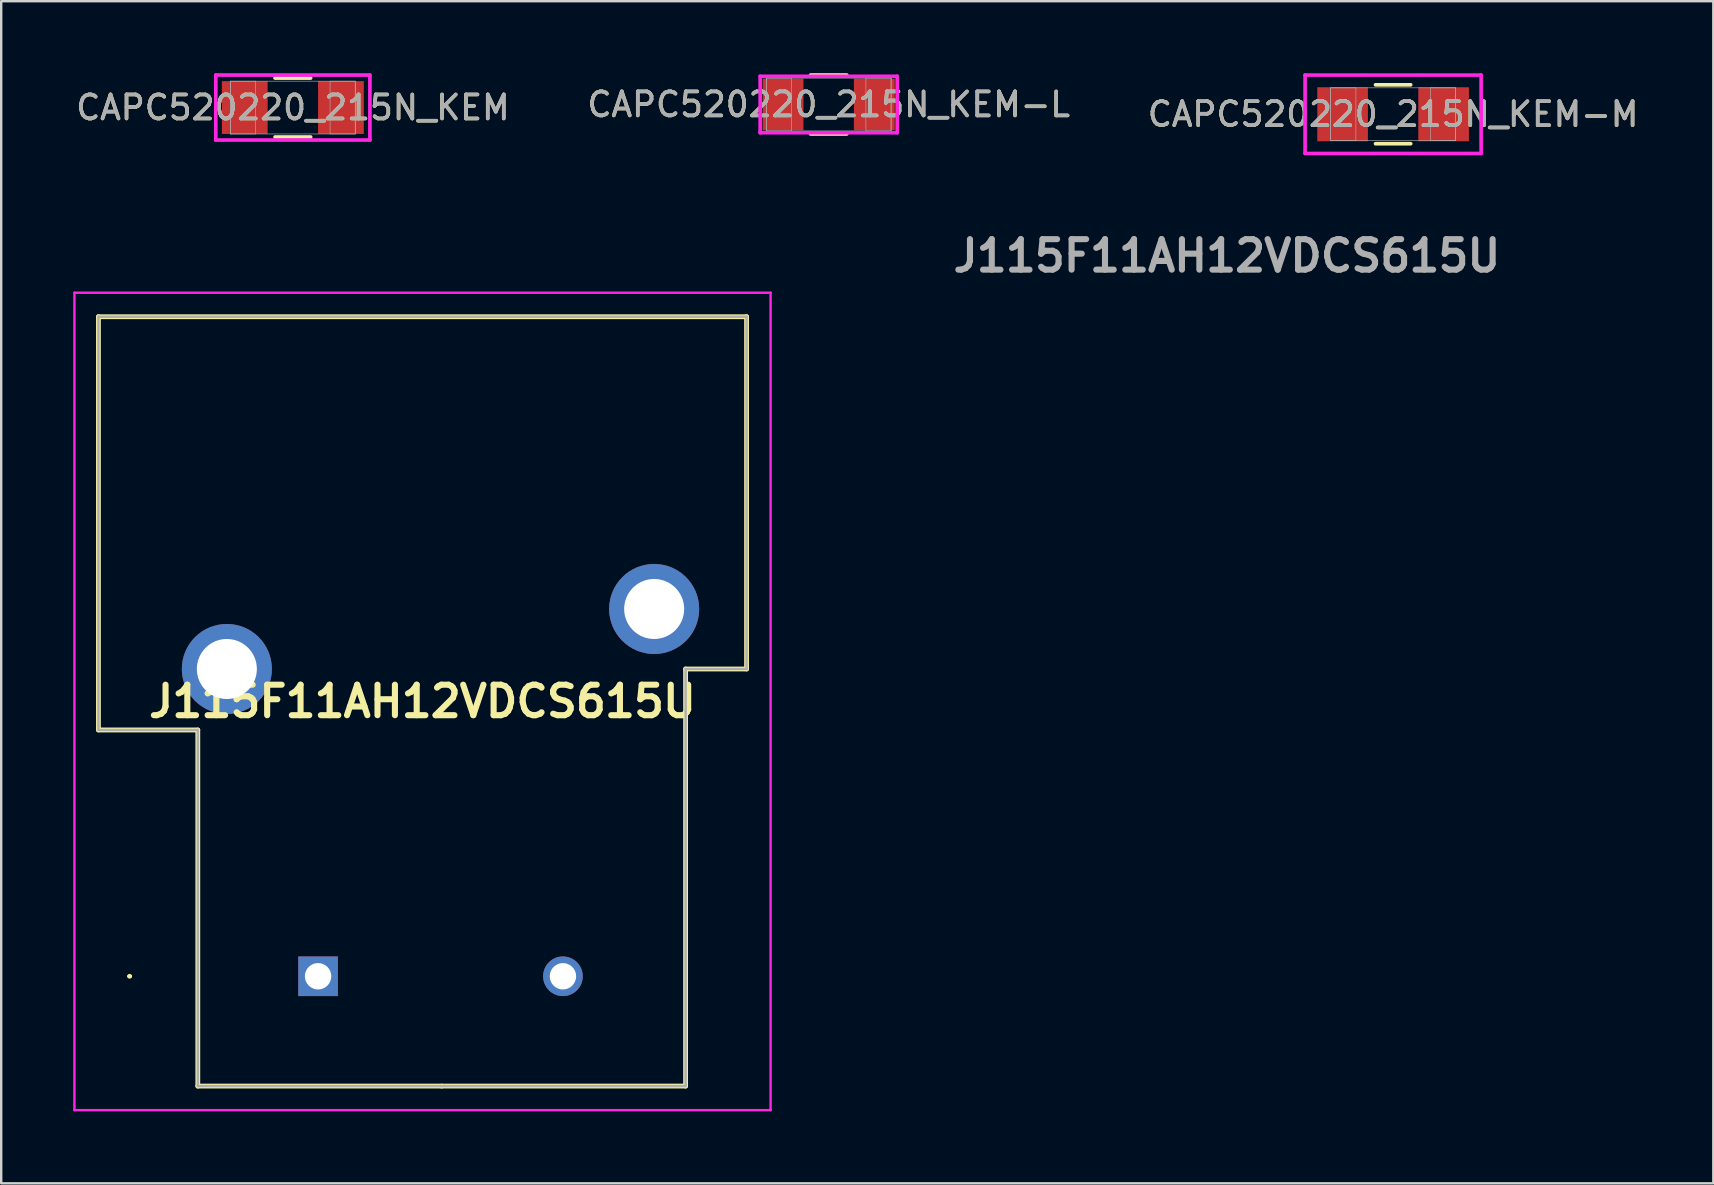
<source format=kicad_pcb>
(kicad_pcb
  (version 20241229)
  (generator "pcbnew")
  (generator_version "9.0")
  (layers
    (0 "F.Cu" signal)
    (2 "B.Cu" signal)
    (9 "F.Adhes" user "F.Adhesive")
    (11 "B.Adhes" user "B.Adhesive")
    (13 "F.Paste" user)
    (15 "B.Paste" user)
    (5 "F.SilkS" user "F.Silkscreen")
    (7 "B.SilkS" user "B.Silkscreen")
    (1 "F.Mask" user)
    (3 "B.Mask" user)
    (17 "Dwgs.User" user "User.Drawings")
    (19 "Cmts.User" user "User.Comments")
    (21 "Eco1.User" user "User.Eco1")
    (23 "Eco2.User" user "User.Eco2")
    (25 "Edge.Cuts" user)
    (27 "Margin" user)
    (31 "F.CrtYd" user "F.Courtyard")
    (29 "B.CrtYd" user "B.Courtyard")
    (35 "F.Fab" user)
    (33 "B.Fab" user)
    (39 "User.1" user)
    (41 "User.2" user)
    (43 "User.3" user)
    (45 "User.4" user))
  (footprint "CAPC520220_215N_KEM"
    (layer "F.Cu")
    (at 9.149 1.43)
    (property "Reference" "CAPC520220_215N_KEM" (at 0 0 0) (unlocked yes) (layer "F.SilkS") (effects (font (size 1 1) (thickness 0.15))))
    (attr smd)
    (fp_line (start -0.742 1.227) (end 0.742 1.227) (stroke (width 0.152) (type solid)) (layer "F.SilkS"))
    (fp_line (start 0.742 -1.227) (end -0.742 -1.227) (stroke (width 0.152) (type solid)) (layer "F.SilkS"))
    (fp_line (start -3.21 -1.354) (end 3.21 -1.354) (stroke (width 0.152) (type solid)) (layer "F.CrtYd"))
    (fp_line (start -3.21 1.354) (end -3.21 -1.354) (stroke (width 0.152) (type solid)) (layer "F.CrtYd"))
    (fp_line (start 3.21 -1.354) (end 3.21 1.354) (stroke (width 0.152) (type solid)) (layer "F.CrtYd"))
    (fp_line (start 3.21 1.354) (end -3.21 1.354) (stroke (width 0.152) (type solid)) (layer "F.CrtYd"))
    (fp_line (start -2.6 -1.1) (end -2.6 1.1) (stroke (width 0.025) (type solid)) (layer "F.Fab"))
    (fp_line (start -2.6 -1.1) (end -2.6 1.1) (stroke (width 0.025) (type solid)) (layer "F.Fab"))
    (fp_line (start -2.6 1.1) (end -1.55 1.1) (stroke (width 0.025) (type solid)) (layer "F.Fab"))
    (fp_line (start -2.6 1.1) (end 2.6 1.1) (stroke (width 0.025) (type solid)) (layer "F.Fab"))
    (fp_line (start -1.55 -1.1) (end -2.6 -1.1) (stroke (width 0.025) (type solid)) (layer "F.Fab"))
    (fp_line (start -1.55 1.1) (end -1.55 -1.1) (stroke (width 0.025) (type solid)) (layer "F.Fab"))
    (fp_line (start 1.55 -1.1) (end 1.55 1.1) (stroke (width 0.025) (type solid)) (layer "F.Fab"))
    (fp_line (start 1.55 1.1) (end 2.6 1.1) (stroke (width 0.025) (type solid)) (layer "F.Fab"))
    (fp_line (start 2.6 -1.1) (end -2.6 -1.1) (stroke (width 0.025) (type solid)) (layer "F.Fab"))
    (fp_line (start 2.6 -1.1) (end 1.55 -1.1) (stroke (width 0.025) (type solid)) (layer "F.Fab"))
    (fp_line (start 2.6 1.1) (end 2.6 -1.1) (stroke (width 0.025) (type solid)) (layer "F.Fab"))
    (fp_line (start 2.6 1.1) (end 2.6 -1.1) (stroke (width 0.025) (type solid)) (layer "F.Fab"))
    (fp_text user "${REFERENCE}" (at 0 0 0) (unlocked yes) (layer "F.Fab") (effects (font (size 1 1) (thickness 0.15))))
    (pad "1" smd rect (at -2.003 0) (size 1.906 2.2) (layers "F.Cu" "F.Mask" "F.Paste"))
    (pad "2" smd rect (at 2.003 0) (size 1.906 2.2) (layers "F.Cu" "F.Mask" "F.Paste"))
    (zone (net_name "") (layer "F.Cu") (hatch full 0.508) (connect_pads) (min_thickness 0.254) (filled_areas_thickness no) (keepout (tracks not_allowed) (vias not_allowed) (pads allowed) (copperpour not_allowed) (footprints allowed)) (placement (enabled no)) (fill) (polygon (pts (xy 8.15 0.381) (xy 10.148 0.381) (xy 10.148 2.479) (xy 8.15 2.479)))))
  (footprint "CAPC520220_215N_KEM-M"
    (layer "F.Cu")
    (at 54.982 1.71)
    (property "Reference" "CAPC520220_215N_KEM-M" (at 0 0 0) (unlocked yes) (layer "F.SilkS") (effects (font (size 1 1) (thickness 0.15))))
    (attr smd)
    (fp_line (start -0.733 1.227) (end 0.733 1.227) (stroke (width 0.152) (type solid)) (layer "F.SilkS"))
    (fp_line (start 0.733 -1.227) (end -0.733 -1.227) (stroke (width 0.152) (type solid)) (layer "F.SilkS"))
    (fp_line (start -3.667 -1.633) (end 3.667 -1.633) (stroke (width 0.152) (type solid)) (layer "F.CrtYd"))
    (fp_line (start -3.667 1.633) (end -3.667 -1.633) (stroke (width 0.152) (type solid)) (layer "F.CrtYd"))
    (fp_line (start 3.667 -1.633) (end 3.667 1.633) (stroke (width 0.152) (type solid)) (layer "F.CrtYd"))
    (fp_line (start 3.667 1.633) (end -3.667 1.633) (stroke (width 0.152) (type solid)) (layer "F.CrtYd"))
    (fp_line (start -2.6 -1.1) (end -2.6 1.1) (stroke (width 0.025) (type solid)) (layer "F.Fab"))
    (fp_line (start -2.6 -1.1) (end -2.6 1.1) (stroke (width 0.025) (type solid)) (layer "F.Fab"))
    (fp_line (start -2.6 1.1) (end -1.55 1.1) (stroke (width 0.025) (type solid)) (layer "F.Fab"))
    (fp_line (start -2.6 1.1) (end 2.6 1.1) (stroke (width 0.025) (type solid)) (layer "F.Fab"))
    (fp_line (start -1.55 -1.1) (end -2.6 -1.1) (stroke (width 0.025) (type solid)) (layer "F.Fab"))
    (fp_line (start -1.55 1.1) (end -1.55 -1.1) (stroke (width 0.025) (type solid)) (layer "F.Fab"))
    (fp_line (start 1.55 -1.1) (end 1.55 1.1) (stroke (width 0.025) (type solid)) (layer "F.Fab"))
    (fp_line (start 1.55 1.1) (end 2.6 1.1) (stroke (width 0.025) (type solid)) (layer "F.Fab"))
    (fp_line (start 2.6 -1.1) (end -2.6 -1.1) (stroke (width 0.025) (type solid)) (layer "F.Fab"))
    (fp_line (start 2.6 -1.1) (end 1.55 -1.1) (stroke (width 0.025) (type solid)) (layer "F.Fab"))
    (fp_line (start 2.6 1.1) (end 2.6 -1.1) (stroke (width 0.025) (type solid)) (layer "F.Fab"))
    (fp_line (start 2.6 1.1) (end 2.6 -1.1) (stroke (width 0.025) (type solid)) (layer "F.Fab"))
    (fp_text user "${REFERENCE}" (at 0 0 0) (unlocked yes) (layer "F.Fab") (effects (font (size 1 1) (thickness 0.15))))
    (pad "1" smd rect (at -2.104 0) (size 2.109 2.251) (layers "F.Cu" "F.Mask" "F.Paste"))
    (pad "2" smd rect (at 2.104 0) (size 2.109 2.251) (layers "F.Cu" "F.Mask" "F.Paste"))
    (zone (net_name "") (layer "F.Cu") (hatch full 0.508) (connect_pads) (min_thickness 0.254) (filled_areas_thickness no) (keepout (tracks not_allowed) (vias not_allowed) (pads allowed) (copperpour not_allowed) (footprints allowed)) (placement (enabled no)) (fill) (polygon (pts (xy 53.983 0.66) (xy 55.981 0.66) (xy 55.981 2.759) (xy 53.983 2.759)))))
  (footprint "J115F11AH12VDCS615U"
    (layer "F.Cu")
    (at 10.2 37.618)
    (property "Reference" "J115F11AH12VDCS615U" (at 4.35 -11.45 0) (layer "F.SilkS") (effects (font (size 1.27 1.27) (thickness 0.254))))
    (attr through_hole)
    (fp_line (start -9.15 -27.475) (end 17.85 -27.475) (stroke (width 0.2) (type solid)) (layer "F.SilkS"))
    (fp_line (start -9.15 -10.26) (end -9.15 -27.475) (stroke (width 0.2) (type solid)) (layer "F.SilkS"))
    (fp_line (start -7.9 0) (end -7.9 0) (stroke (width 0.1) (type solid)) (layer "F.SilkS"))
    (fp_line (start -7.8 0) (end -7.8 0) (stroke (width 0.1) (type solid)) (layer "F.SilkS"))
    (fp_line (start -5.01 -10.26) (end -9.15 -10.26) (stroke (width 0.2) (type solid)) (layer "F.SilkS"))
    (fp_line (start -5.01 4.575) (end -5.01 -10.26) (stroke (width 0.2) (type solid)) (layer "F.SilkS"))
    (fp_line (start 5.15 4.575) (end -5.01 4.575) (stroke (width 0.2) (type solid)) (layer "F.SilkS"))
    (fp_line (start 15.31 -12.8) (end 15.31 4.575) (stroke (width 0.2) (type solid)) (layer "F.SilkS"))
    (fp_line (start 15.31 4.575) (end 5.15 4.575) (stroke (width 0.2) (type solid)) (layer "F.SilkS"))
    (fp_line (start 17.85 -27.475) (end 17.85 -12.8) (stroke (width 0.2) (type solid)) (layer "F.SilkS"))
    (fp_line (start 17.85 -12.8) (end 15.31 -12.8) (stroke (width 0.2) (type solid)) (layer "F.SilkS"))
    (fp_arc (start -7.9 0) (mid -7.85 -0.05) (end -7.8 0) (stroke (width 0.1) (type solid)) (layer "F.SilkS"))
    (fp_arc (start -7.8 0) (mid -7.85 0.05) (end -7.9 0) (stroke (width 0.1) (type solid)) (layer "F.SilkS"))
    (fp_line (start -10.15 -28.475) (end -10.15 5.575) (stroke (width 0.1) (type solid)) (layer "F.CrtYd"))
    (fp_line (start -10.15 5.575) (end 18.85 5.575) (stroke (width 0.1) (type solid)) (layer "F.CrtYd"))
    (fp_line (start 18.85 -28.475) (end -10.15 -28.475) (stroke (width 0.1) (type solid)) (layer "F.CrtYd"))
    (fp_line (start 18.85 5.575) (end 18.85 -28.475) (stroke (width 0.1) (type solid)) (layer "F.CrtYd"))
    (fp_line (start -9.15 -27.475) (end 17.85 -27.475) (stroke (width 0.1) (type solid)) (layer "F.Fab"))
    (fp_line (start -9.15 -10.26) (end -9.15 -27.475) (stroke (width 0.1) (type solid)) (layer "F.Fab"))
    (fp_line (start -5.01 -10.26) (end -9.15 -10.26) (stroke (width 0.1) (type solid)) (layer "F.Fab"))
    (fp_line (start -5.01 -10.26) (end -5.01 -10.26) (stroke (width 0.1) (type solid)) (layer "F.Fab"))
    (fp_line (start -5.01 4.575) (end -5.01 -10.26) (stroke (width 0.1) (type solid)) (layer "F.Fab"))
    (fp_line (start 5.15 4.575) (end -5.01 4.575) (stroke (width 0.1) (type solid)) (layer "F.Fab"))
    (fp_line (start 15.31 -12.8) (end 15.31 4.575) (stroke (width 0.1) (type solid)) (layer "F.Fab"))
    (fp_line (start 15.31 4.575) (end 5.15 4.575) (stroke (width 0.1) (type solid)) (layer "F.Fab"))
    (fp_line (start 17.85 -27.475) (end 17.85 -12.8) (stroke (width 0.1) (type solid)) (layer "F.Fab"))
    (fp_line (start 17.85 -12.8) (end 15.31 -12.8) (stroke (width 0.1) (type solid)) (layer "F.Fab"))
    (fp_text user "${REFERENCE}" (at 37.86 -30.01 0) (layer "F.Fab") (effects (font (size 1.27 1.27) (thickness 0.254))))
    (pad "1" thru_hole rect (at 0 0) (size 1.65 1.65) (drill 1.1) (layers "*.Cu" "*.Mask"))
    (pad "2" thru_hole circle (at 10.2 0) (size 1.65 1.65) (drill 1.1) (layers "*.Cu" "*.Mask"))
    (pad "3" thru_hole circle (at 14 -15.3) (size 3.75 3.75) (drill 2.5) (layers "*.Cu" "*.Mask"))
    (pad "4" thru_hole circle (at -3.8 -12.8) (size 3.75 3.75) (drill 2.5) (layers "*.Cu" "*.Mask")))
  (footprint "CAPC520220_215N_KEM-L"
    (layer "F.Cu")
    (at 31.47 1.303)
    (property "Reference" "CAPC520220_215N_KEM-L" (at 0 0 0) (unlocked yes) (layer "F.SilkS") (effects (font (size 1 1) (thickness 0.15))))
    (attr smd)
    (fp_line (start -0.754 1.227) (end 0.754 1.227) (stroke (width 0.152) (type solid)) (layer "F.SilkS"))
    (fp_line (start 0.754 -1.227) (end -0.754 -1.227) (stroke (width 0.152) (type solid)) (layer "F.SilkS"))
    (fp_line (start -2.854 -1.176) (end 2.854 -1.176) (stroke (width 0.152) (type solid)) (layer "F.CrtYd"))
    (fp_line (start -2.854 1.176) (end -2.854 -1.176) (stroke (width 0.152) (type solid)) (layer "F.CrtYd"))
    (fp_line (start 2.854 -1.176) (end 2.854 1.176) (stroke (width 0.152) (type solid)) (layer "F.CrtYd"))
    (fp_line (start 2.854 1.176) (end -2.854 1.176) (stroke (width 0.152) (type solid)) (layer "F.CrtYd"))
    (fp_line (start -2.6 -1.1) (end -2.6 1.1) (stroke (width 0.025) (type solid)) (layer "F.Fab"))
    (fp_line (start -2.6 -1.1) (end -2.6 1.1) (stroke (width 0.025) (type solid)) (layer "F.Fab"))
    (fp_line (start -2.6 1.1) (end -1.55 1.1) (stroke (width 0.025) (type solid)) (layer "F.Fab"))
    (fp_line (start -2.6 1.1) (end 2.6 1.1) (stroke (width 0.025) (type solid)) (layer "F.Fab"))
    (fp_line (start -1.55 -1.1) (end -2.6 -1.1) (stroke (width 0.025) (type solid)) (layer "F.Fab"))
    (fp_line (start -1.55 1.1) (end -1.55 -1.1) (stroke (width 0.025) (type solid)) (layer "F.Fab"))
    (fp_line (start 1.55 -1.1) (end 1.55 1.1) (stroke (width 0.025) (type solid)) (layer "F.Fab"))
    (fp_line (start 1.55 1.1) (end 2.6 1.1) (stroke (width 0.025) (type solid)) (layer "F.Fab"))
    (fp_line (start 2.6 -1.1) (end -2.6 -1.1) (stroke (width 0.025) (type solid)) (layer "F.Fab"))
    (fp_line (start 2.6 -1.1) (end 1.55 -1.1) (stroke (width 0.025) (type solid)) (layer "F.Fab"))
    (fp_line (start 2.6 1.1) (end 2.6 -1.1) (stroke (width 0.025) (type solid)) (layer "F.Fab"))
    (fp_line (start 2.6 1.1) (end 2.6 -1.1) (stroke (width 0.025) (type solid)) (layer "F.Fab"))
    (fp_text user "${REFERENCE}" (at 0 0 0) (unlocked yes) (layer "F.Fab") (effects (font (size 1 1) (thickness 0.15))))
    (pad "1" smd rect (at -1.901 0) (size 1.702 2.149) (layers "F.Cu" "F.Mask" "F.Paste"))
    (pad "2" smd rect (at 1.901 0) (size 1.702 2.149) (layers "F.Cu" "F.Mask" "F.Paste"))
    (zone (net_name "") (layer "F.Cu") (hatch full 0.508) (connect_pads) (min_thickness 0.254) (filled_areas_thickness no) (keepout (tracks not_allowed) (vias not_allowed) (pads allowed) (copperpour not_allowed) (footprints allowed)) (placement (enabled no)) (fill) (polygon (pts (xy 30.471 0.254) (xy 32.469 0.254) (xy 32.469 2.352) (xy 30.471 2.352)))))
  (gr_rect
    (start -3 -3)
    (end 68.321 46.243)
    (stroke (width 0.1) (type default))
    (fill no)
    (layer "Edge.Cuts")))
</source>
